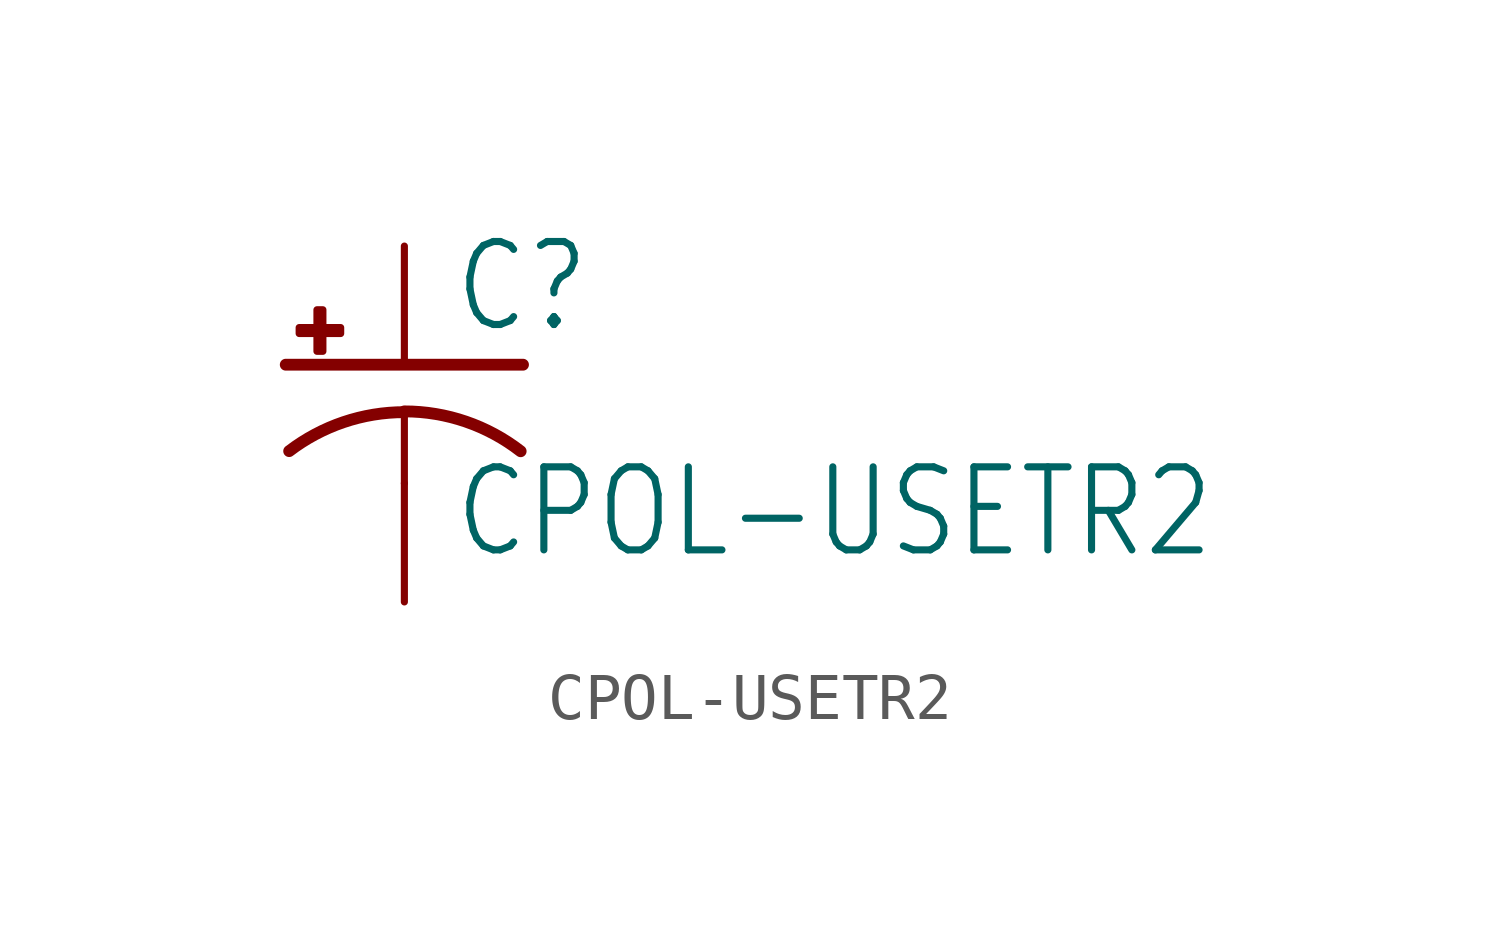
<source format=kicad_sym>
(kicad_symbol_lib
  (version 20211014)
  (generator kicad_symbol_editor)
  (symbol "CPOL-USETR2"
    (property "Reference" "C"
      (at 1.016 0.635 0)
      (effects (font (size 1.778 1.511)) (justify left bottom)))
    (property "Value" "CPOL-USETR2"
      (at 1.016 -4.191 0)
      (effects (font (size 1.778 1.511)) (justify left bottom)))
    (property "ki_locked" ""
      (at 0 0 0)
      (effects (font (size 1.27 1.27))))
    (symbol "CPOL-USETR2_1_0"
      (rectangle (start -2.253 0.668) (end -1.364 0.795) (stroke (width 0) (type default) (color 0 0 0 0)) (fill (type outline)))
      (rectangle (start -1.872 0.287) (end -1.745 1.176) (stroke (width 0) (type default) (color 0 0 0 0)) (fill (type outline)))
      (arc (start 0 -1.0161) (mid -1.3021 -1.2302) (end -2.4669 -1.8504) (stroke (width 0.254) (type default) (color 0 0 0 0)) (fill (type none)))
      (polyline (pts (xy -2.54 0) (xy 2.54 0)) (stroke (width 0.254) (type default) (color 0 0 0 0)) (fill (type none)))
      (polyline (pts (xy 0 -1.016) (xy 0 -2.54)) (stroke (width 0.152) (type default) (color 0 0 0 0)) (fill (type none)))
      (arc (start 2.4892 -1.8542) (mid 1.3158 -1.2195) (end 0 -1) (stroke (width 0.254) (type default) (color 0 0 0 0)) (fill (type none)))
      (pin passive line (at 0 2.54 270) (length 2.54) (name "+" (effects (font (size 0 0)))) (number "+" (effects (font (size 0 0)))))
      (pin passive line (at 0 -5.08 90) (length 2.54) (name "-" (effects (font (size 0 0)))) (number "-" (effects (font (size 0 0))))))))
</source>
